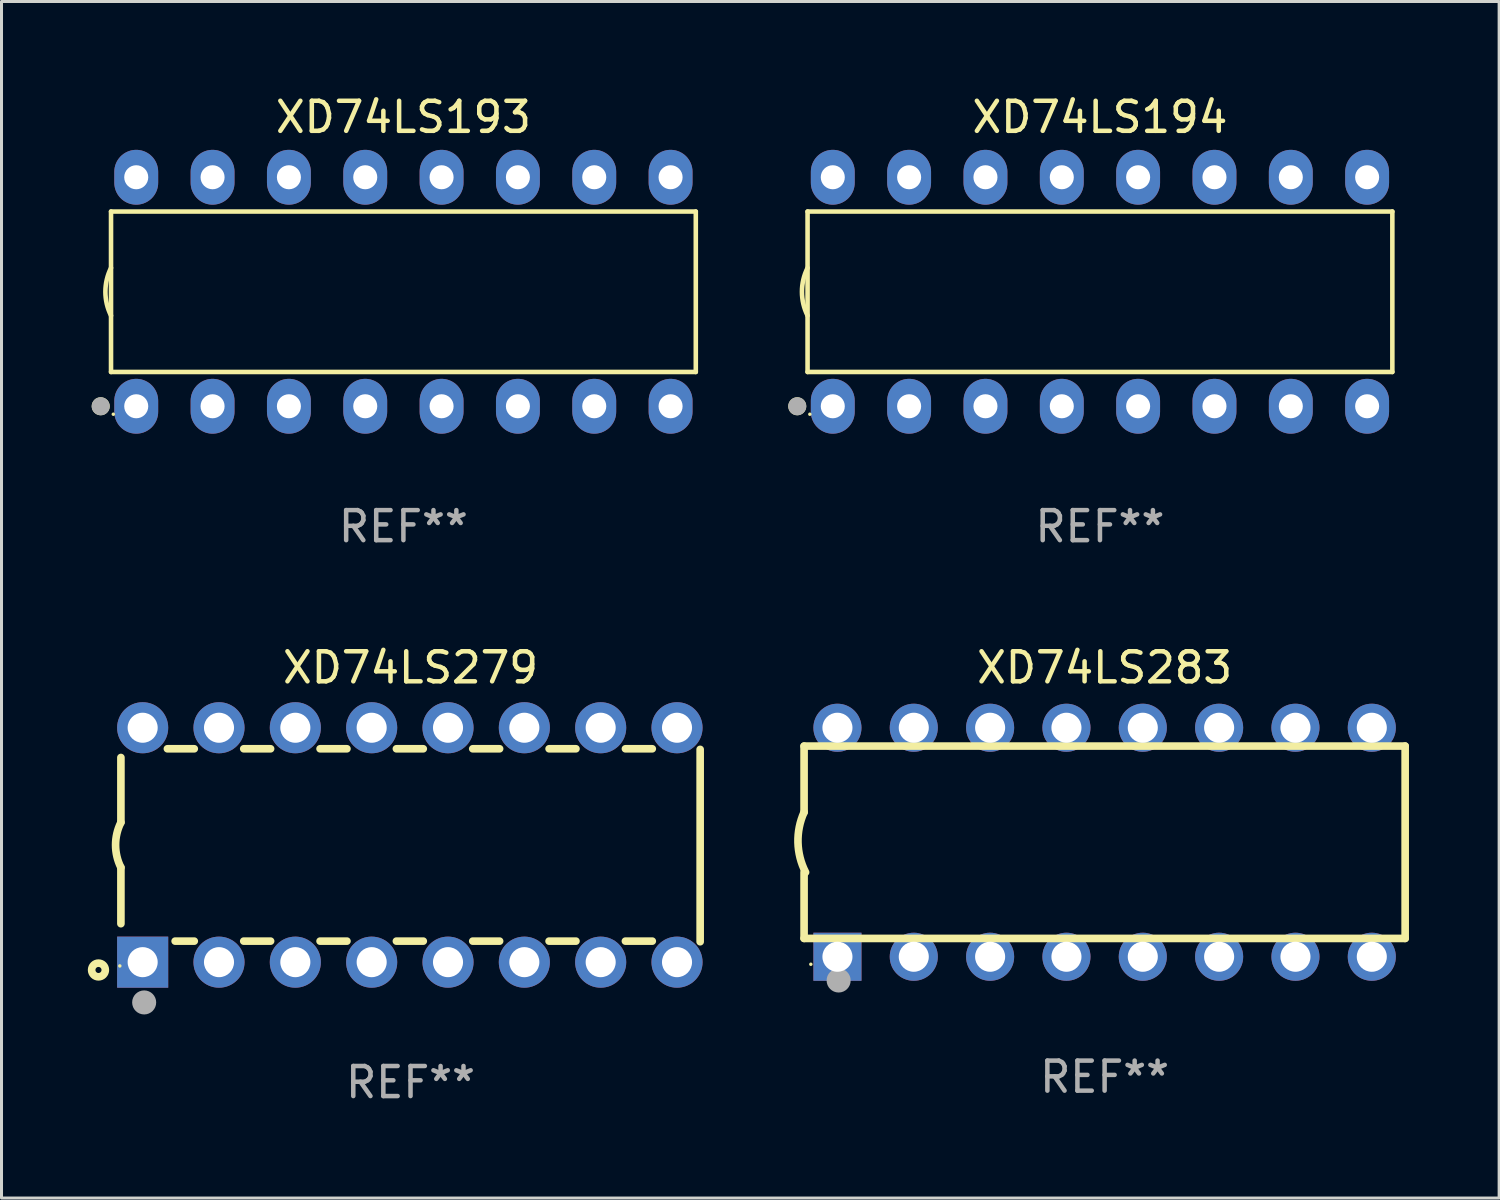
<source format=kicad_pcb>
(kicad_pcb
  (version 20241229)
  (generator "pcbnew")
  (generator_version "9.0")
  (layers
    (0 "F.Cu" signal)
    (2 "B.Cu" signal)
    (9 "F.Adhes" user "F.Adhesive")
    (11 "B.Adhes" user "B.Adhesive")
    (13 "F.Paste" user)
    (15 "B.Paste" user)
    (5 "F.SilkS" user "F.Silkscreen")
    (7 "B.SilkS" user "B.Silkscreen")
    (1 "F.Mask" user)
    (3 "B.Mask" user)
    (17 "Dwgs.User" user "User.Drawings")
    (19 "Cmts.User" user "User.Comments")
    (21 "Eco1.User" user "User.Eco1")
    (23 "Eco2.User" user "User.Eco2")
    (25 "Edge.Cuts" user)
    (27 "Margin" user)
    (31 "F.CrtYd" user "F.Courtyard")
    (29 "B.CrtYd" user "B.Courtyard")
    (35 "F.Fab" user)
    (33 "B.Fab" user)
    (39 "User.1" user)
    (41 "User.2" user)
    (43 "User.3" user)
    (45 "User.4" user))
  (footprint "XD74LS279"
    (layer "F.Cu")
    (at 10.61 25.065)
    (property "Reference" "XD74LS279" (at 0 -5.9 0) (layer "F.SilkS") (effects (font (size 1 1) (thickness 0.15))))
    (attr through_hole)
    (fp_line (start -9.637 -0.749) (end -9.637 -2.91) (stroke (width 0.254) (type solid)) (layer "F.SilkS"))
    (fp_line (start -9.637 0.749) (end -9.637 2.62) (stroke (width 0.254) (type solid)) (layer "F.SilkS"))
    (fp_line (start -8.09 -3.2) (end -7.196 -3.2) (stroke (width 0.254) (type solid)) (layer "F.SilkS"))
    (fp_line (start -7.832 3.2) (end -7.196 3.2) (stroke (width 0.254) (type solid)) (layer "F.SilkS"))
    (fp_line (start -5.55 3.2) (end -4.656 3.2) (stroke (width 0.254) (type solid)) (layer "F.SilkS"))
    (fp_line (start -5.55 -3.2) (end -4.656 -3.2) (stroke (width 0.254) (type solid)) (layer "F.SilkS"))
    (fp_line (start -3.01 3.2) (end -2.116 3.2) (stroke (width 0.254) (type solid)) (layer "F.SilkS"))
    (fp_line (start -3.01 -3.2) (end -2.116 -3.2) (stroke (width 0.254) (type solid)) (layer "F.SilkS"))
    (fp_line (start -0.47 3.2) (end 0.424 3.2) (stroke (width 0.254) (type solid)) (layer "F.SilkS"))
    (fp_line (start -0.47 -3.2) (end 0.424 -3.2) (stroke (width 0.254) (type solid)) (layer "F.SilkS"))
    (fp_line (start 2.07 3.2) (end 2.964 3.2) (stroke (width 0.254) (type solid)) (layer "F.SilkS"))
    (fp_line (start 2.07 -3.2) (end 2.964 -3.2) (stroke (width 0.254) (type solid)) (layer "F.SilkS"))
    (fp_line (start 4.61 3.2) (end 5.504 3.2) (stroke (width 0.254) (type solid)) (layer "F.SilkS"))
    (fp_line (start 4.611 -3.2) (end 5.504 -3.2) (stroke (width 0.254) (type solid)) (layer "F.SilkS"))
    (fp_line (start 7.15 3.2) (end 8.044 3.2) (stroke (width 0.254) (type solid)) (layer "F.SilkS"))
    (fp_line (start 7.151 -3.2) (end 8.044 -3.2) (stroke (width 0.254) (type solid)) (layer "F.SilkS"))
    (fp_line (start 9.637 -3.18) (end 9.637 3.22) (stroke (width 0.254) (type solid)) (layer "F.SilkS"))
    (fp_arc (start -9.637326 0.749403) (mid -9.814244 0.000003) (end -9.637351 -0.749403) (stroke (width 0.254001) (type solid)) (layer "F.SilkS"))
    (fp_circle (center -10.383 4.16) (end -10.282 4.16) (stroke (width 0.254) (type solid)) (fill no) (layer "F.SilkS"))
    (fp_circle (center -9.673 4.025) (end -9.643 4.025) (stroke (width 0.06) (type solid)) (fill no) (layer "F.SilkS"))
    (fp_circle (center -8.863 5.24) (end -8.663 5.24) (stroke (width 0.4) (type solid)) (fill no) (layer "F.Fab"))
    (fp_text user "REF**" (at 0 7.9 0) (layer "F.Fab") (effects (font (size 1 1) (thickness 0.15))))
    (pad "1" thru_hole rect (at -8.913 3.9) (size 1.7 1.7) (drill 1) (layers "*.Cu" "*.Mask"))
    (pad "2" thru_hole circle (at -6.373 3.9) (size 1.7 1.7) (drill 1) (layers "*.Cu" "*.Mask"))
    (pad "3" thru_hole circle (at -3.833 3.9) (size 1.7 1.7) (drill 1) (layers "*.Cu" "*.Mask"))
    (pad "4" thru_hole circle (at -1.293 3.9) (size 1.7 1.7) (drill 1) (layers "*.Cu" "*.Mask"))
    (pad "5" thru_hole circle (at 1.247 3.9) (size 1.7 1.7) (drill 1) (layers "*.Cu" "*.Mask"))
    (pad "6" thru_hole circle (at 3.787 3.9) (size 1.7 1.7) (drill 1) (layers "*.Cu" "*.Mask"))
    (pad "7" thru_hole circle (at 6.327 3.9) (size 1.7 1.7) (drill 1) (layers "*.Cu" "*.Mask"))
    (pad "8" thru_hole circle (at 8.867 3.9) (size 1.7 1.7) (drill 1) (layers "*.Cu" "*.Mask"))
    (pad "9" thru_hole circle (at 8.867 -3.9) (size 1.7 1.7) (drill 1) (layers "*.Cu" "*.Mask"))
    (pad "10" thru_hole circle (at 6.327 -3.9) (size 1.7 1.7) (drill 1) (layers "*.Cu" "*.Mask"))
    (pad "11" thru_hole circle (at 3.787 -3.9) (size 1.7 1.7) (drill 1) (layers "*.Cu" "*.Mask"))
    (pad "12" thru_hole circle (at 1.247 -3.9) (size 1.7 1.7) (drill 1) (layers "*.Cu" "*.Mask"))
    (pad "13" thru_hole circle (at -1.293 -3.9) (size 1.7 1.7) (drill 1) (layers "*.Cu" "*.Mask"))
    (pad "14" thru_hole circle (at -3.833 -3.9) (size 1.7 1.7) (drill 1) (layers "*.Cu" "*.Mask"))
    (pad "15" thru_hole circle (at -6.373 -3.9) (size 1.7 1.7) (drill 1) (layers "*.Cu" "*.Mask"))
    (pad "16" thru_hole circle (at -8.913 -3.9) (size 1.7 1.7) (drill 1) (layers "*.Cu" "*.Mask")))
  (footprint "XD74LS283"
    (layer "F.Cu")
    (at 33.705 24.975)
    (property "Reference" "XD74LS283" (at 0 -5.81 0) (layer "F.SilkS") (effects (font (size 1 1) (thickness 0.15))))
    (attr through_hole)
    (fp_line (start -10 -0.998) (end -10 -3.198) (stroke (width 0.254) (type solid)) (layer "F.SilkS"))
    (fp_line (start -10 3.2) (end -10 1) (stroke (width 0.254) (type solid)) (layer "F.SilkS"))
    (fp_line (start 10 -3.2) (end -10 -3.2) (stroke (width 0.254) (type solid)) (layer "F.SilkS"))
    (fp_line (start 10 3.2) (end -10 3.2) (stroke (width 0.254) (type solid)) (layer "F.SilkS"))
    (fp_line (start 10 3.2) (end 10 -3.2) (stroke (width 0.254) (type solid)) (layer "F.SilkS"))
    (fp_arc (start -9.949975 0.999974) (mid -10.203153 0.005693) (end -9.999987 -1) (stroke (width 0.254001) (type solid)) (layer "F.SilkS"))
    (fp_circle (center -9.775 4.06) (end -9.745 4.06) (stroke (width 0.06) (type solid)) (fill no) (layer "F.SilkS"))
    (fp_circle (center -8.85 4.6) (end -8.65 4.6) (stroke (width 0.4) (type solid)) (fill no) (layer "F.Fab"))
    (fp_text user "REF**" (at 0 7.81 0) (layer "F.Fab") (effects (font (size 1 1) (thickness 0.15))))
    (pad "1" thru_hole rect (at -8.89 3.81 90) (size 1.6 1.6) (drill 1) (layers "*.Cu" "*.Mask"))
    (pad "2" thru_hole circle (at -6.35 3.81) (size 1.6 1.6) (drill 1) (layers "*.Cu" "*.Mask"))
    (pad "3" thru_hole circle (at -3.81 3.81) (size 1.6 1.6) (drill 1) (layers "*.Cu" "*.Mask"))
    (pad "4" thru_hole circle (at -1.27 3.81) (size 1.6 1.6) (drill 1) (layers "*.Cu" "*.Mask"))
    (pad "5" thru_hole circle (at 1.27 3.81) (size 1.6 1.6) (drill 1) (layers "*.Cu" "*.Mask"))
    (pad "6" thru_hole circle (at 3.81 3.81) (size 1.6 1.6) (drill 1) (layers "*.Cu" "*.Mask"))
    (pad "7" thru_hole circle (at 6.35 3.81) (size 1.6 1.6) (drill 1) (layers "*.Cu" "*.Mask"))
    (pad "8" thru_hole circle (at 8.89 3.81) (size 1.6 1.6) (drill 1) (layers "*.Cu" "*.Mask"))
    (pad "9" thru_hole circle (at 8.89 -3.81) (size 1.6 1.6) (drill 1) (layers "*.Cu" "*.Mask"))
    (pad "10" thru_hole circle (at 6.35 -3.81) (size 1.6 1.6) (drill 1) (layers "*.Cu" "*.Mask"))
    (pad "11" thru_hole circle (at 3.81 -3.81) (size 1.6 1.6) (drill 1) (layers "*.Cu" "*.Mask"))
    (pad "12" thru_hole circle (at 1.27 -3.81) (size 1.6 1.6) (drill 1) (layers "*.Cu" "*.Mask"))
    (pad "13" thru_hole circle (at -1.27 -3.81) (size 1.6 1.6) (drill 1) (layers "*.Cu" "*.Mask"))
    (pad "14" thru_hole circle (at -3.81 -3.81) (size 1.6 1.6) (drill 1) (layers "*.Cu" "*.Mask"))
    (pad "15" thru_hole circle (at -6.35 -3.81) (size 1.6 1.6) (drill 1) (layers "*.Cu" "*.Mask"))
    (pad "16" thru_hole circle (at -8.89 -3.81) (size 1.6 1.6) (drill 1) (layers "*.Cu" "*.Mask")))
  (footprint "XD74LS194"
    (layer "F.Cu")
    (at 33.55 6.658)
    (property "Reference" "XD74LS194" (at 0 -5.81 0) (layer "F.SilkS") (effects (font (size 1 1) (thickness 0.15))))
    (attr through_hole)
    (fp_line (start -9.729 -2.669) (end 9.729 -2.669) (stroke (width 0.152) (type solid)) (layer "F.SilkS"))
    (fp_line (start -9.729 2.669) (end -9.729 -2.669) (stroke (width 0.152) (type solid)) (layer "F.SilkS"))
    (fp_line (start 9.729 -2.669) (end 9.729 2.669) (stroke (width 0.152) (type solid)) (layer "F.SilkS"))
    (fp_line (start 9.729 2.669) (end -9.729 2.669) (stroke (width 0.152) (type solid)) (layer "F.SilkS"))
    (fp_arc (start -9.728727 0.793751) (mid -9.916106 0) (end -9.728727 -0.793752) (stroke (width 0.1524) (type solid)) (layer "F.SilkS"))
    (fp_circle (center -10.072 3.81) (end -9.922 3.81) (stroke (width 0.3) (type solid)) (fill no) (layer "F.SilkS"))
    (fp_circle (center -9.653 4.075) (end -9.623 4.075) (stroke (width 0.06) (type solid)) (fill no) (layer "F.SilkS"))
    (fp_circle (center -10.072 3.81) (end -9.922 3.81) (stroke (width 0.3) (type solid)) (fill no) (layer "F.Fab"))
    (fp_text user "REF**" (at 0 7.81 0) (layer "F.Fab") (effects (font (size 1 1) (thickness 0.15))))
    (pad "1" thru_hole oval (at -8.89 3.81) (size 1.46 1.825) (drill 0.8) (layers "*.Cu" "*.Mask"))
    (pad "2" thru_hole oval (at -6.35 3.81) (size 1.46 1.825) (drill 0.8) (layers "*.Cu" "*.Mask"))
    (pad "3" thru_hole oval (at -3.81 3.81) (size 1.46 1.825) (drill 0.8) (layers "*.Cu" "*.Mask"))
    (pad "4" thru_hole oval (at -1.27 3.81) (size 1.46 1.825) (drill 0.8) (layers "*.Cu" "*.Mask"))
    (pad "5" thru_hole oval (at 1.27 3.81) (size 1.46 1.825) (drill 0.8) (layers "*.Cu" "*.Mask"))
    (pad "6" thru_hole oval (at 3.81 3.81) (size 1.46 1.825) (drill 0.8) (layers "*.Cu" "*.Mask"))
    (pad "7" thru_hole oval (at 6.35 3.81) (size 1.46 1.825) (drill 0.8) (layers "*.Cu" "*.Mask"))
    (pad "8" thru_hole oval (at 8.89 3.81) (size 1.46 1.825) (drill 0.8) (layers "*.Cu" "*.Mask"))
    (pad "9" thru_hole oval (at 8.89 -3.81) (size 1.46 1.825) (drill 0.8) (layers "*.Cu" "*.Mask"))
    (pad "10" thru_hole oval (at 6.35 -3.81) (size 1.46 1.825) (drill 0.8) (layers "*.Cu" "*.Mask"))
    (pad "11" thru_hole oval (at 3.81 -3.81) (size 1.46 1.825) (drill 0.8) (layers "*.Cu" "*.Mask"))
    (pad "12" thru_hole oval (at 1.27 -3.81) (size 1.46 1.825) (drill 0.8) (layers "*.Cu" "*.Mask"))
    (pad "13" thru_hole oval (at -1.27 -3.81) (size 1.46 1.825) (drill 0.8) (layers "*.Cu" "*.Mask"))
    (pad "14" thru_hole oval (at -3.81 -3.81) (size 1.46 1.825) (drill 0.8) (layers "*.Cu" "*.Mask"))
    (pad "15" thru_hole oval (at -6.35 -3.81) (size 1.46 1.825) (drill 0.8) (layers "*.Cu" "*.Mask"))
    (pad "16" thru_hole oval (at -8.89 -3.81) (size 1.46 1.825) (drill 0.8) (layers "*.Cu" "*.Mask")))
  (footprint "XD74LS193"
    (layer "F.Cu")
    (at 10.373 6.658)
    (property "Reference" "XD74LS193" (at 0 -5.81 0) (layer "F.SilkS") (effects (font (size 1 1) (thickness 0.15))))
    (attr through_hole)
    (fp_line (start -9.729 -2.669) (end 9.729 -2.669) (stroke (width 0.152) (type solid)) (layer "F.SilkS"))
    (fp_line (start -9.729 2.669) (end -9.729 -2.669) (stroke (width 0.152) (type solid)) (layer "F.SilkS"))
    (fp_line (start 9.729 -2.669) (end 9.729 2.669) (stroke (width 0.152) (type solid)) (layer "F.SilkS"))
    (fp_line (start 9.729 2.669) (end -9.729 2.669) (stroke (width 0.152) (type solid)) (layer "F.SilkS"))
    (fp_arc (start -9.728727 0.793751) (mid -9.916106 0) (end -9.728727 -0.793752) (stroke (width 0.1524) (type solid)) (layer "F.SilkS"))
    (fp_circle (center -10.072 3.81) (end -9.922 3.81) (stroke (width 0.3) (type solid)) (fill no) (layer "F.SilkS"))
    (fp_circle (center -9.653 4.075) (end -9.623 4.075) (stroke (width 0.06) (type solid)) (fill no) (layer "F.SilkS"))
    (fp_circle (center -10.072 3.81) (end -9.922 3.81) (stroke (width 0.3) (type solid)) (fill no) (layer "F.Fab"))
    (fp_text user "REF**" (at 0 7.81 0) (layer "F.Fab") (effects (font (size 1 1) (thickness 0.15))))
    (pad "1" thru_hole oval (at -8.89 3.81) (size 1.46 1.825) (drill 0.8) (layers "*.Cu" "*.Mask"))
    (pad "2" thru_hole oval (at -6.35 3.81) (size 1.46 1.825) (drill 0.8) (layers "*.Cu" "*.Mask"))
    (pad "3" thru_hole oval (at -3.81 3.81) (size 1.46 1.825) (drill 0.8) (layers "*.Cu" "*.Mask"))
    (pad "4" thru_hole oval (at -1.27 3.81) (size 1.46 1.825) (drill 0.8) (layers "*.Cu" "*.Mask"))
    (pad "5" thru_hole oval (at 1.27 3.81) (size 1.46 1.825) (drill 0.8) (layers "*.Cu" "*.Mask"))
    (pad "6" thru_hole oval (at 3.81 3.81) (size 1.46 1.825) (drill 0.8) (layers "*.Cu" "*.Mask"))
    (pad "7" thru_hole oval (at 6.35 3.81) (size 1.46 1.825) (drill 0.8) (layers "*.Cu" "*.Mask"))
    (pad "8" thru_hole oval (at 8.89 3.81) (size 1.46 1.825) (drill 0.8) (layers "*.Cu" "*.Mask"))
    (pad "9" thru_hole oval (at 8.89 -3.81) (size 1.46 1.825) (drill 0.8) (layers "*.Cu" "*.Mask"))
    (pad "10" thru_hole oval (at 6.35 -3.81) (size 1.46 1.825) (drill 0.8) (layers "*.Cu" "*.Mask"))
    (pad "11" thru_hole oval (at 3.81 -3.81) (size 1.46 1.825) (drill 0.8) (layers "*.Cu" "*.Mask"))
    (pad "12" thru_hole oval (at 1.27 -3.81) (size 1.46 1.825) (drill 0.8) (layers "*.Cu" "*.Mask"))
    (pad "13" thru_hole oval (at -1.27 -3.81) (size 1.46 1.825) (drill 0.8) (layers "*.Cu" "*.Mask"))
    (pad "14" thru_hole oval (at -3.81 -3.81) (size 1.46 1.825) (drill 0.8) (layers "*.Cu" "*.Mask"))
    (pad "15" thru_hole oval (at -6.35 -3.81) (size 1.46 1.825) (drill 0.8) (layers "*.Cu" "*.Mask"))
    (pad "16" thru_hole oval (at -8.89 -3.81) (size 1.46 1.825) (drill 0.8) (layers "*.Cu" "*.Mask")))
  (gr_rect
    (start -3 -3)
    (end 46.832 36.813)
    (stroke (width 0.1) (type default))
    (fill no)
    (layer "Edge.Cuts")))
</source>
